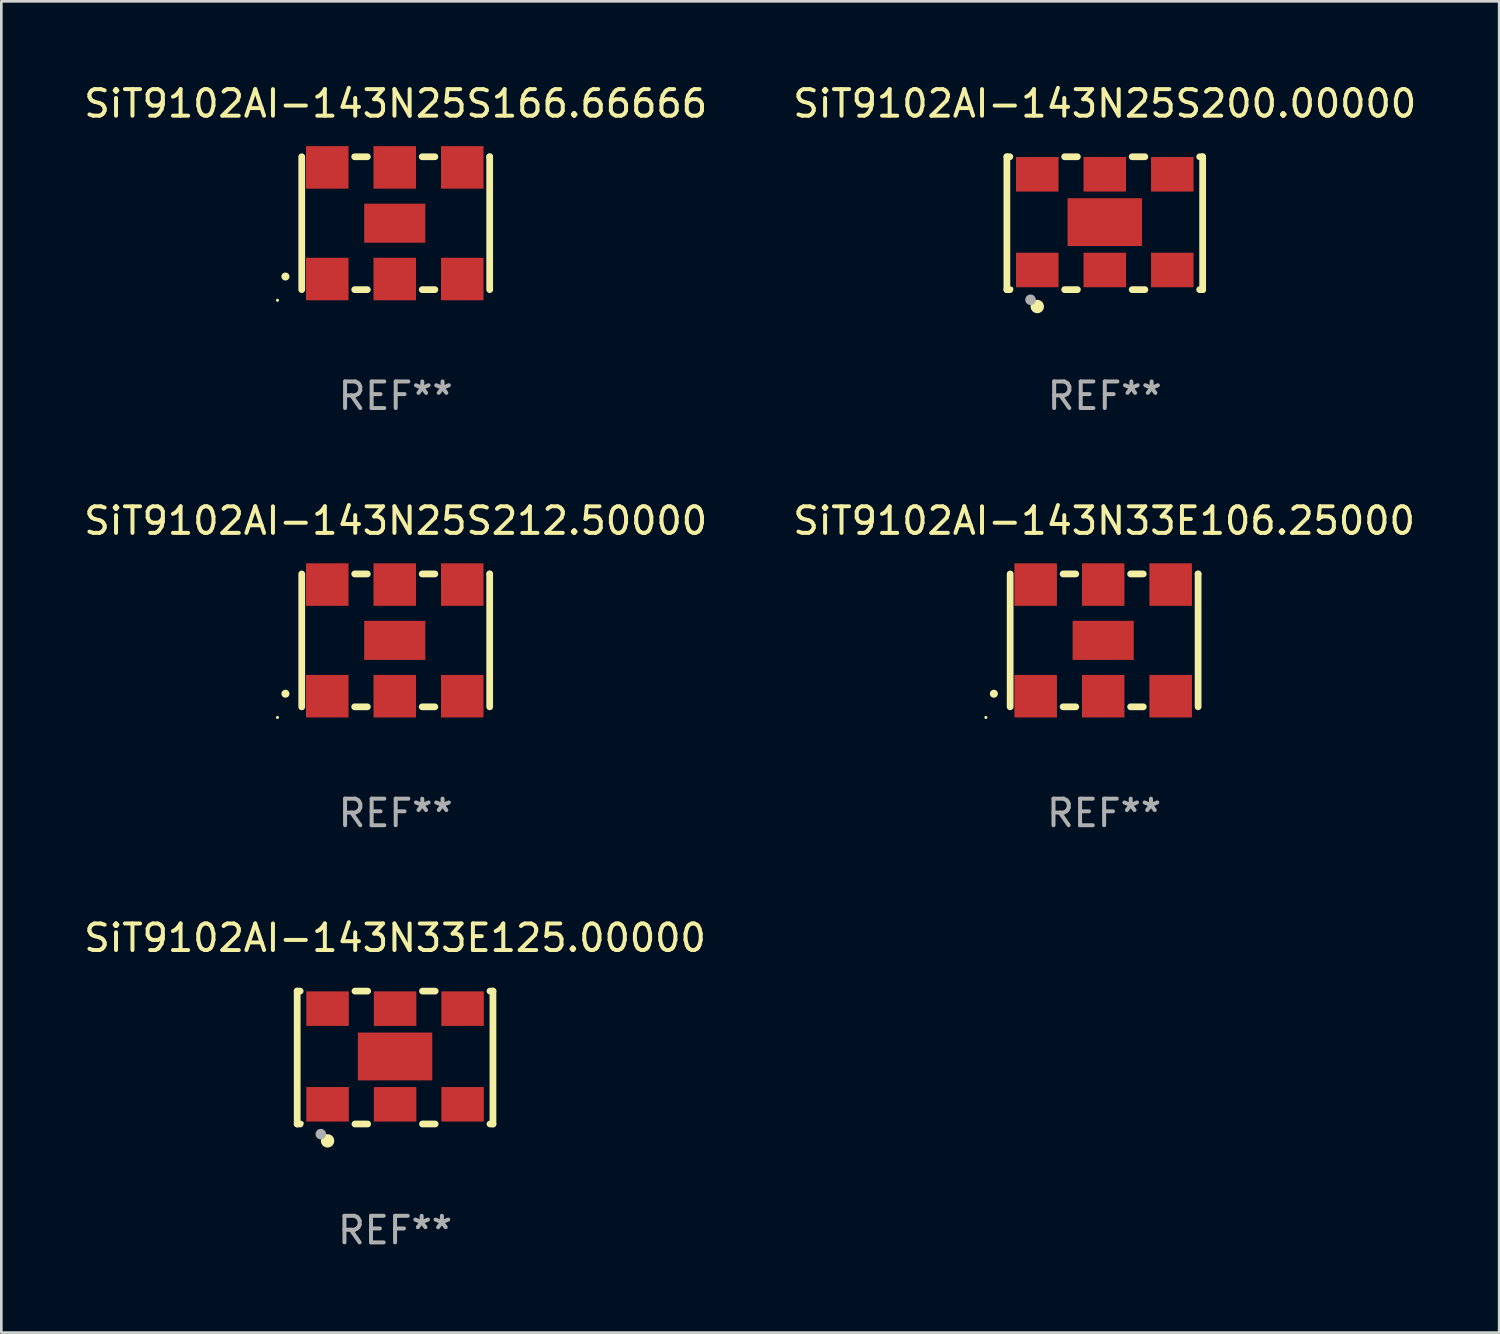
<source format=kicad_pcb>
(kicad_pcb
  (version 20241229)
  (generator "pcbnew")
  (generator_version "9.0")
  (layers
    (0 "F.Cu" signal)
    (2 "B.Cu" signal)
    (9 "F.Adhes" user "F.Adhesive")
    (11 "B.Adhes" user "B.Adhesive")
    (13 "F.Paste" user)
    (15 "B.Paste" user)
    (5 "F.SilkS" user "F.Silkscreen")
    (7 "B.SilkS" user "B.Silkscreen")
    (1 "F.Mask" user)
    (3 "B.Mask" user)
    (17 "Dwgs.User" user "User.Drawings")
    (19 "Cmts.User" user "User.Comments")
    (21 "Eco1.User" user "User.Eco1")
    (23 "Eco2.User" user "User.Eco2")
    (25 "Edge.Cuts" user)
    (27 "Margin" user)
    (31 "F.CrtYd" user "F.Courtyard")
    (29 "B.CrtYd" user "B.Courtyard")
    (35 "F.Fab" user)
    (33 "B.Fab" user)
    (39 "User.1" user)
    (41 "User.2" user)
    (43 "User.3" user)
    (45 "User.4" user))
  (footprint "SiT9102AI-143N25S166.66666"
    (layer "F.Cu")
    (at 11.839 5.348)
    (property "Reference" "SiT9102AI-143N25S166.66666" (at 0 -4.5 0) (layer "F.SilkS") (effects (font (size 1 1) (thickness 0.15))))
    (attr through_hole)
    (fp_line (start -3.536 -2.5) (end -3.536 2.5) (stroke (width 0.254) (type solid)) (layer "F.SilkS"))
    (fp_line (start -1.544 2.5) (end -1.067 2.5) (stroke (width 0.254) (type solid)) (layer "F.SilkS"))
    (fp_line (start -1.067 -2.5) (end -1.544 -2.5) (stroke (width 0.254) (type solid)) (layer "F.SilkS"))
    (fp_line (start 0.996 2.5) (end 1.473 2.5) (stroke (width 0.254) (type solid)) (layer "F.SilkS"))
    (fp_line (start 1.473 -2.5) (end 0.996 -2.5) (stroke (width 0.254) (type solid)) (layer "F.SilkS"))
    (fp_line (start 3.536 -2.5) (end 3.536 -2.5) (stroke (width 0.254) (type solid)) (layer "F.SilkS"))
    (fp_line (start 3.536 2.5) (end 3.536 -2.5) (stroke (width 0.254) (type solid)) (layer "F.SilkS"))
    (fp_arc (start -4.150432 2.006604) (mid -4.149162 2.006599) (end -4.147892 2.006604) (stroke (width 0.3) (type solid)) (layer "F.SilkS"))
    (fp_circle (center -4.449 2.9) (end -4.419 2.9) (stroke (width 0.06) (type solid)) (fill no) (layer "F.SilkS"))
    (fp_text user "REF**" (at 0 6.5 0) (layer "F.Fab") (effects (font (size 1 1) (thickness 0.15))))
    (pad "1" smd rect (at -2.576 2.1) (size 1.6 1.6) (layers "F.Cu" "F.Mask" "F.Paste"))
    (pad "2" smd rect (at -0.036 2.1) (size 1.6 1.6) (layers "F.Cu" "F.Mask" "F.Paste"))
    (pad "3" smd rect (at 2.504 2.1) (size 1.6 1.6) (layers "F.Cu" "F.Mask" "F.Paste"))
    (pad "4" smd rect (at 2.504 -2.1) (size 1.6 1.6) (layers "F.Cu" "F.Mask" "F.Paste"))
    (pad "5" smd rect (at -0.036 -2.1) (size 1.6 1.6) (layers "F.Cu" "F.Mask" "F.Paste"))
    (pad "6" smd rect (at -2.576 -2.1) (size 1.6 1.6) (layers "F.Cu" "F.Mask" "F.Paste"))
    (pad "7" smd rect (at -0.036 0) (size 2.3 1.47) (layers "F.Cu" "F.Mask" "F.Paste")))
  (footprint "SiT9102AI-143N25S200.00000"
    (layer "F.Cu")
    (at 38.518 5.348)
    (property "Reference" "SiT9102AI-143N25S200.00000" (at 0 -4.5 0) (layer "F.SilkS") (effects (font (size 1 1) (thickness 0.15))))
    (attr through_hole)
    (fp_line (start -3.683 -2.5) (end -3.571 -2.5) (stroke (width 0.254) (type solid)) (layer "F.SilkS"))
    (fp_line (start -3.683 2.5) (end -3.683 -2.5) (stroke (width 0.254) (type solid)) (layer "F.SilkS"))
    (fp_line (start -3.683 2.5) (end -3.571 2.5) (stroke (width 0.254) (type solid)) (layer "F.SilkS"))
    (fp_line (start -1.509 -2.5) (end -1.031 -2.5) (stroke (width 0.254) (type solid)) (layer "F.SilkS"))
    (fp_line (start -1.509 2.5) (end -1.031 2.5) (stroke (width 0.254) (type solid)) (layer "F.SilkS"))
    (fp_line (start 1.031 -2.5) (end 1.509 -2.5) (stroke (width 0.254) (type solid)) (layer "F.SilkS"))
    (fp_line (start 1.031 2.5) (end 1.509 2.5) (stroke (width 0.254) (type solid)) (layer "F.SilkS"))
    (fp_line (start 3.571 -2.5) (end 3.683 -2.5) (stroke (width 0.254) (type solid)) (layer "F.SilkS"))
    (fp_line (start 3.571 2.5) (end 3.683 2.5) (stroke (width 0.254) (type solid)) (layer "F.SilkS"))
    (fp_line (start 3.683 2.5) (end 3.683 -2.5) (stroke (width 0.254) (type solid)) (layer "F.SilkS"))
    (fp_circle (center -3.5 2.46) (end -3.47 2.46) (stroke (width 0.06) (type solid)) (fill no) (layer "F.SilkS"))
    (fp_circle (center -2.54 3.135) (end -2.413 3.135) (stroke (width 0.254) (type solid)) (fill no) (layer "F.SilkS"))
    (fp_circle (center -2.794 2.881) (end -2.694 2.881) (stroke (width 0.2) (type solid)) (fill no) (layer "F.Fab"))
    (fp_text user "REF**" (at 0 6.5 0) (layer "F.Fab") (effects (font (size 1 1) (thickness 0.15))))
    (pad "1" smd rect (at -2.54 1.76) (size 1.6 1.3) (layers "F.Cu" "F.Mask" "F.Paste"))
    (pad "2" smd rect (at 0 1.76) (size 1.6 1.3) (layers "F.Cu" "F.Mask" "F.Paste"))
    (pad "3" smd rect (at 2.54 1.76) (size 1.6 1.3) (layers "F.Cu" "F.Mask" "F.Paste"))
    (pad "4" smd rect (at 2.54 -1.84) (size 1.6 1.3) (layers "F.Cu" "F.Mask" "F.Paste"))
    (pad "5" smd rect (at 0 -1.84) (size 1.6 1.3) (layers "F.Cu" "F.Mask" "F.Paste"))
    (pad "6" smd rect (at -2.54 -1.84) (size 1.6 1.3) (layers "F.Cu" "F.Mask" "F.Paste"))
    (pad "7" smd rect (at 0 -0.04) (size 2.8 1.8) (layers "F.Cu" "F.Mask" "F.Paste")))
  (footprint "SiT9102AI-143N33E106.25000"
    (layer "F.Cu")
    (at 38.494 21.045)
    (property "Reference" "SiT9102AI-143N33E106.25000" (at 0 -4.5 0) (layer "F.SilkS") (effects (font (size 1 1) (thickness 0.15))))
    (attr through_hole)
    (fp_line (start -3.536 -2.5) (end -3.536 2.5) (stroke (width 0.254) (type solid)) (layer "F.SilkS"))
    (fp_line (start -1.544 2.5) (end -1.067 2.5) (stroke (width 0.254) (type solid)) (layer "F.SilkS"))
    (fp_line (start -1.067 -2.5) (end -1.544 -2.5) (stroke (width 0.254) (type solid)) (layer "F.SilkS"))
    (fp_line (start 0.996 2.5) (end 1.473 2.5) (stroke (width 0.254) (type solid)) (layer "F.SilkS"))
    (fp_line (start 1.473 -2.5) (end 0.996 -2.5) (stroke (width 0.254) (type solid)) (layer "F.SilkS"))
    (fp_line (start 3.536 -2.5) (end 3.536 -2.5) (stroke (width 0.254) (type solid)) (layer "F.SilkS"))
    (fp_line (start 3.536 2.5) (end 3.536 -2.5) (stroke (width 0.254) (type solid)) (layer "F.SilkS"))
    (fp_arc (start -4.150432 2.006604) (mid -4.149162 2.006599) (end -4.147892 2.006604) (stroke (width 0.3) (type solid)) (layer "F.SilkS"))
    (fp_circle (center -4.449 2.9) (end -4.419 2.9) (stroke (width 0.06) (type solid)) (fill no) (layer "F.SilkS"))
    (fp_text user "REF**" (at 0 6.5 0) (layer "F.Fab") (effects (font (size 1 1) (thickness 0.15))))
    (pad "1" smd rect (at -2.576 2.1) (size 1.6 1.6) (layers "F.Cu" "F.Mask" "F.Paste"))
    (pad "2" smd rect (at -0.036 2.1) (size 1.6 1.6) (layers "F.Cu" "F.Mask" "F.Paste"))
    (pad "3" smd rect (at 2.504 2.1) (size 1.6 1.6) (layers "F.Cu" "F.Mask" "F.Paste"))
    (pad "4" smd rect (at 2.504 -2.1) (size 1.6 1.6) (layers "F.Cu" "F.Mask" "F.Paste"))
    (pad "5" smd rect (at -0.036 -2.1) (size 1.6 1.6) (layers "F.Cu" "F.Mask" "F.Paste"))
    (pad "6" smd rect (at -2.576 -2.1) (size 1.6 1.6) (layers "F.Cu" "F.Mask" "F.Paste"))
    (pad "7" smd rect (at -0.036 0) (size 2.3 1.47) (layers "F.Cu" "F.Mask" "F.Paste")))
  (footprint "SiT9102AI-143N33E125.00000"
    (layer "F.Cu")
    (at 11.815 36.741)
    (property "Reference" "SiT9102AI-143N33E125.00000" (at 0 -4.5 0) (layer "F.SilkS") (effects (font (size 1 1) (thickness 0.15))))
    (attr through_hole)
    (fp_line (start -3.683 -2.5) (end -3.571 -2.5) (stroke (width 0.254) (type solid)) (layer "F.SilkS"))
    (fp_line (start -3.683 2.5) (end -3.683 -2.5) (stroke (width 0.254) (type solid)) (layer "F.SilkS"))
    (fp_line (start -3.683 2.5) (end -3.571 2.5) (stroke (width 0.254) (type solid)) (layer "F.SilkS"))
    (fp_line (start -1.509 -2.5) (end -1.031 -2.5) (stroke (width 0.254) (type solid)) (layer "F.SilkS"))
    (fp_line (start -1.509 2.5) (end -1.031 2.5) (stroke (width 0.254) (type solid)) (layer "F.SilkS"))
    (fp_line (start 1.031 -2.5) (end 1.509 -2.5) (stroke (width 0.254) (type solid)) (layer "F.SilkS"))
    (fp_line (start 1.031 2.5) (end 1.509 2.5) (stroke (width 0.254) (type solid)) (layer "F.SilkS"))
    (fp_line (start 3.571 -2.5) (end 3.683 -2.5) (stroke (width 0.254) (type solid)) (layer "F.SilkS"))
    (fp_line (start 3.571 2.5) (end 3.683 2.5) (stroke (width 0.254) (type solid)) (layer "F.SilkS"))
    (fp_line (start 3.683 2.5) (end 3.683 -2.5) (stroke (width 0.254) (type solid)) (layer "F.SilkS"))
    (fp_circle (center -3.5 2.46) (end -3.47 2.46) (stroke (width 0.06) (type solid)) (fill no) (layer "F.SilkS"))
    (fp_circle (center -2.54 3.135) (end -2.413 3.135) (stroke (width 0.254) (type solid)) (fill no) (layer "F.SilkS"))
    (fp_circle (center -2.794 2.881) (end -2.694 2.881) (stroke (width 0.2) (type solid)) (fill no) (layer "F.Fab"))
    (fp_text user "REF**" (at 0 6.5 0) (layer "F.Fab") (effects (font (size 1 1) (thickness 0.15))))
    (pad "1" smd rect (at -2.54 1.76) (size 1.6 1.3) (layers "F.Cu" "F.Mask" "F.Paste"))
    (pad "2" smd rect (at 0 1.76) (size 1.6 1.3) (layers "F.Cu" "F.Mask" "F.Paste"))
    (pad "3" smd rect (at 2.54 1.76) (size 1.6 1.3) (layers "F.Cu" "F.Mask" "F.Paste"))
    (pad "4" smd rect (at 2.54 -1.84) (size 1.6 1.3) (layers "F.Cu" "F.Mask" "F.Paste"))
    (pad "5" smd rect (at 0 -1.84) (size 1.6 1.3) (layers "F.Cu" "F.Mask" "F.Paste"))
    (pad "6" smd rect (at -2.54 -1.84) (size 1.6 1.3) (layers "F.Cu" "F.Mask" "F.Paste"))
    (pad "7" smd rect (at 0 -0.04) (size 2.8 1.8) (layers "F.Cu" "F.Mask" "F.Paste")))
  (footprint "SiT9102AI-143N25S212.50000"
    (layer "F.Cu")
    (at 11.839 21.045)
    (property "Reference" "SiT9102AI-143N25S212.50000" (at 0 -4.5 0) (layer "F.SilkS") (effects (font (size 1 1) (thickness 0.15))))
    (attr through_hole)
    (fp_line (start -3.536 -2.5) (end -3.536 2.5) (stroke (width 0.254) (type solid)) (layer "F.SilkS"))
    (fp_line (start -1.544 2.5) (end -1.067 2.5) (stroke (width 0.254) (type solid)) (layer "F.SilkS"))
    (fp_line (start -1.067 -2.5) (end -1.544 -2.5) (stroke (width 0.254) (type solid)) (layer "F.SilkS"))
    (fp_line (start 0.996 2.5) (end 1.473 2.5) (stroke (width 0.254) (type solid)) (layer "F.SilkS"))
    (fp_line (start 1.473 -2.5) (end 0.996 -2.5) (stroke (width 0.254) (type solid)) (layer "F.SilkS"))
    (fp_line (start 3.536 -2.5) (end 3.536 -2.5) (stroke (width 0.254) (type solid)) (layer "F.SilkS"))
    (fp_line (start 3.536 2.5) (end 3.536 -2.5) (stroke (width 0.254) (type solid)) (layer "F.SilkS"))
    (fp_arc (start -4.150432 2.006604) (mid -4.149162 2.006599) (end -4.147892 2.006604) (stroke (width 0.3) (type solid)) (layer "F.SilkS"))
    (fp_circle (center -4.449 2.9) (end -4.419 2.9) (stroke (width 0.06) (type solid)) (fill no) (layer "F.SilkS"))
    (fp_text user "REF**" (at 0 6.5 0) (layer "F.Fab") (effects (font (size 1 1) (thickness 0.15))))
    (pad "1" smd rect (at -2.576 2.1) (size 1.6 1.6) (layers "F.Cu" "F.Mask" "F.Paste"))
    (pad "2" smd rect (at -0.036 2.1) (size 1.6 1.6) (layers "F.Cu" "F.Mask" "F.Paste"))
    (pad "3" smd rect (at 2.504 2.1) (size 1.6 1.6) (layers "F.Cu" "F.Mask" "F.Paste"))
    (pad "4" smd rect (at 2.504 -2.1) (size 1.6 1.6) (layers "F.Cu" "F.Mask" "F.Paste"))
    (pad "5" smd rect (at -0.036 -2.1) (size 1.6 1.6) (layers "F.Cu" "F.Mask" "F.Paste"))
    (pad "6" smd rect (at -2.576 -2.1) (size 1.6 1.6) (layers "F.Cu" "F.Mask" "F.Paste"))
    (pad "7" smd rect (at -0.036 0) (size 2.3 1.47) (layers "F.Cu" "F.Mask" "F.Paste")))
  (gr_rect
    (start -3 -3)
    (end 53.357 47.09)
    (stroke (width 0.1) (type default))
    (fill no)
    (layer "Edge.Cuts")))
</source>
